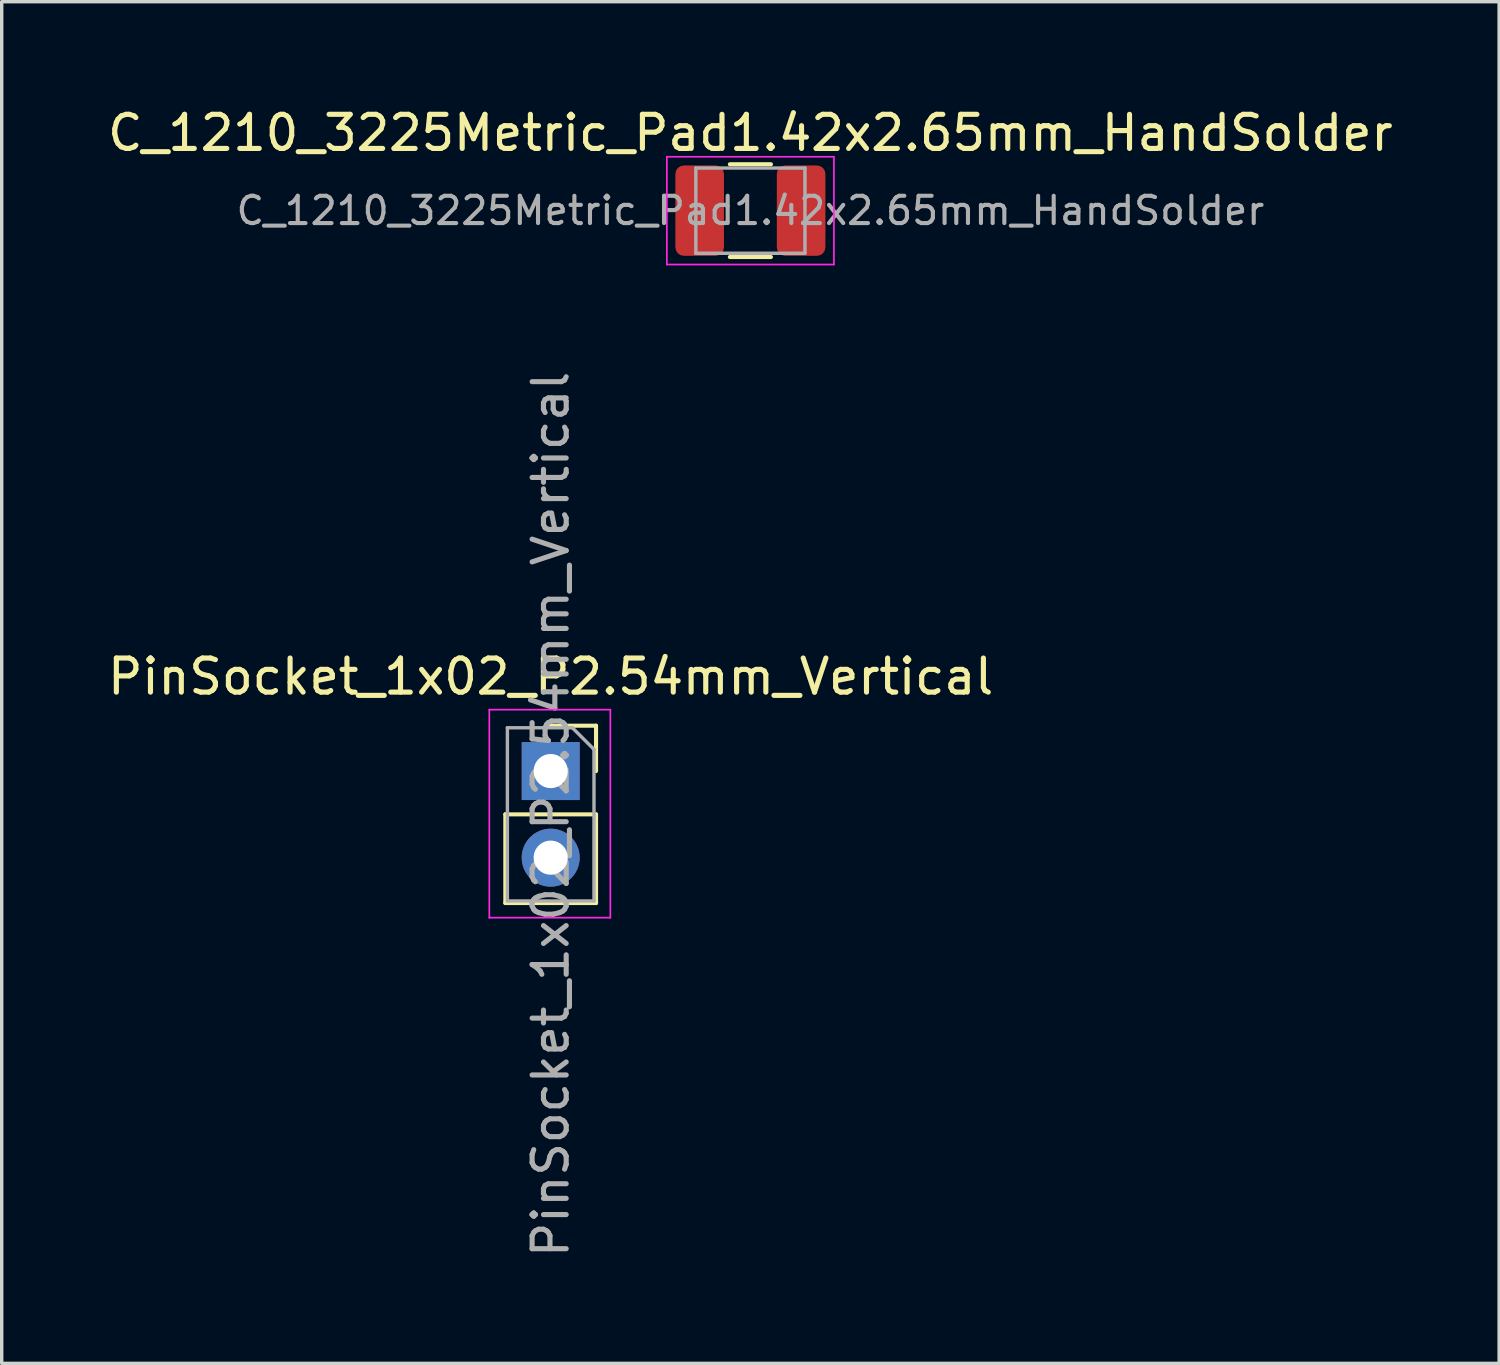
<source format=kicad_pcb>
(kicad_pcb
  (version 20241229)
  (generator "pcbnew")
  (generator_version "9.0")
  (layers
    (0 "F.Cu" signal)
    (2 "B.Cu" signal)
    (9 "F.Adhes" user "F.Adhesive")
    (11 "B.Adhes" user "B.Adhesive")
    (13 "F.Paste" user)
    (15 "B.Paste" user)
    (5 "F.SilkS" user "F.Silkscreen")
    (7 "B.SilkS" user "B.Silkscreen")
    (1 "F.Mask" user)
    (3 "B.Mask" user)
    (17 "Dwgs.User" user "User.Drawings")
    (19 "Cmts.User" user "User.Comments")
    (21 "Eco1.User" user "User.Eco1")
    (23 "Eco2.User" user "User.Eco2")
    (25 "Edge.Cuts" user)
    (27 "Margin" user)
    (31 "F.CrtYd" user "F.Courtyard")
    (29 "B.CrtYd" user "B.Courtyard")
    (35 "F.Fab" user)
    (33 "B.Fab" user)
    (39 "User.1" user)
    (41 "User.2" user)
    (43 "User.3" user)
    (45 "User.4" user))
  (footprint "C_1210_3225Metric_Pad1.42x2.65mm_HandSolder"
    (layer "F.Cu")
    (at 18.958 3.128)
    (property "Reference" "C_1210_3225Metric_Pad1.42x2.65mm_HandSolder" (at 0 -2.28 180) (layer "F.SilkS") (effects (font (size 1 1) (thickness 0.15))))
    (attr smd)
    (fp_line (start -0.602 -1.36) (end 0.602 -1.36) (stroke (width 0.12) (type solid)) (layer "F.SilkS"))
    (fp_line (start -0.602 1.36) (end 0.602 1.36) (stroke (width 0.12) (type solid)) (layer "F.SilkS"))
    (fp_line (start -2.45 -1.58) (end 2.45 -1.58) (stroke (width 0.05) (type solid)) (layer "F.CrtYd"))
    (fp_line (start -2.45 1.58) (end -2.45 -1.58) (stroke (width 0.05) (type solid)) (layer "F.CrtYd"))
    (fp_line (start 2.45 -1.58) (end 2.45 1.58) (stroke (width 0.05) (type solid)) (layer "F.CrtYd"))
    (fp_line (start 2.45 1.58) (end -2.45 1.58) (stroke (width 0.05) (type solid)) (layer "F.CrtYd"))
    (fp_line (start -1.6 -1.25) (end 1.6 -1.25) (stroke (width 0.1) (type solid)) (layer "F.Fab"))
    (fp_line (start -1.6 1.25) (end -1.6 -1.25) (stroke (width 0.1) (type solid)) (layer "F.Fab"))
    (fp_line (start 1.6 -1.25) (end 1.6 1.25) (stroke (width 0.1) (type solid)) (layer "F.Fab"))
    (fp_line (start 1.6 1.25) (end -1.6 1.25) (stroke (width 0.1) (type solid)) (layer "F.Fab"))
    (fp_text user "${REFERENCE}" (at 0 0 180) (layer "F.Fab") (effects (font (size 0.8 0.8) (thickness 0.12))))
    (pad "1" smd roundrect (at -1.488 0) (size 1.425 2.65) (layers "F.Cu" "F.Mask" "F.Paste") (roundrect_rratio 0.175))
    (pad "2" smd roundrect (at 1.488 0) (size 1.425 2.65) (layers "F.Cu" "F.Mask" "F.Paste") (roundrect_rratio 0.175)))
  (footprint "PinSocket_1x02_P2.54mm_Vertical"
    (layer "F.Cu")
    (at 13.101 19.564)
    (property "Reference" "PinSocket_1x02_P2.54mm_Vertical" (at 0 -2.77 180) (layer "F.SilkS") (effects (font (size 1 1) (thickness 0.15))))
    (attr through_hole)
    (fp_line (start -1.33 1.27) (end -1.33 3.87) (stroke (width 0.12) (type solid)) (layer "F.SilkS"))
    (fp_line (start -1.33 1.27) (end 1.33 1.27) (stroke (width 0.12) (type solid)) (layer "F.SilkS"))
    (fp_line (start -1.33 3.87) (end 1.33 3.87) (stroke (width 0.12) (type solid)) (layer "F.SilkS"))
    (fp_line (start 0 -1.33) (end 1.33 -1.33) (stroke (width 0.12) (type solid)) (layer "F.SilkS"))
    (fp_line (start 1.33 -1.33) (end 1.33 0) (stroke (width 0.12) (type solid)) (layer "F.SilkS"))
    (fp_line (start 1.33 1.27) (end 1.33 3.87) (stroke (width 0.12) (type solid)) (layer "F.SilkS"))
    (fp_line (start -1.8 -1.8) (end 1.75 -1.8) (stroke (width 0.05) (type solid)) (layer "F.CrtYd"))
    (fp_line (start -1.8 4.3) (end -1.8 -1.8) (stroke (width 0.05) (type solid)) (layer "F.CrtYd"))
    (fp_line (start 1.75 -1.8) (end 1.75 4.3) (stroke (width 0.05) (type solid)) (layer "F.CrtYd"))
    (fp_line (start 1.75 4.3) (end -1.8 4.3) (stroke (width 0.05) (type solid)) (layer "F.CrtYd"))
    (fp_line (start -1.27 -1.27) (end 0.635 -1.27) (stroke (width 0.1) (type solid)) (layer "F.Fab"))
    (fp_line (start -1.27 3.81) (end -1.27 -1.27) (stroke (width 0.1) (type solid)) (layer "F.Fab"))
    (fp_line (start 0.635 -1.27) (end 1.27 -0.635) (stroke (width 0.1) (type solid)) (layer "F.Fab"))
    (fp_line (start 1.27 -0.635) (end 1.27 3.81) (stroke (width 0.1) (type solid)) (layer "F.Fab"))
    (fp_line (start 1.27 3.81) (end -1.27 3.81) (stroke (width 0.1) (type solid)) (layer "F.Fab"))
    (fp_text user "${REFERENCE}" (at 0 1.27 90) (layer "F.Fab") (effects (font (size 1 1) (thickness 0.15))))
    (pad "1" thru_hole rect (at 0 0) (size 1.7 1.7) (drill 1) (layers "*.Cu" "*.Mask"))
    (pad "2" thru_hole oval (at 0 2.54) (size 1.7 1.7) (drill 1) (layers "*.Cu" "*.Mask")))
  (gr_rect
    (start -3 -3)
    (end 40.917 36.936)
    (stroke (width 0.1) (type default))
    (fill no)
    (layer "Edge.Cuts")))
</source>
